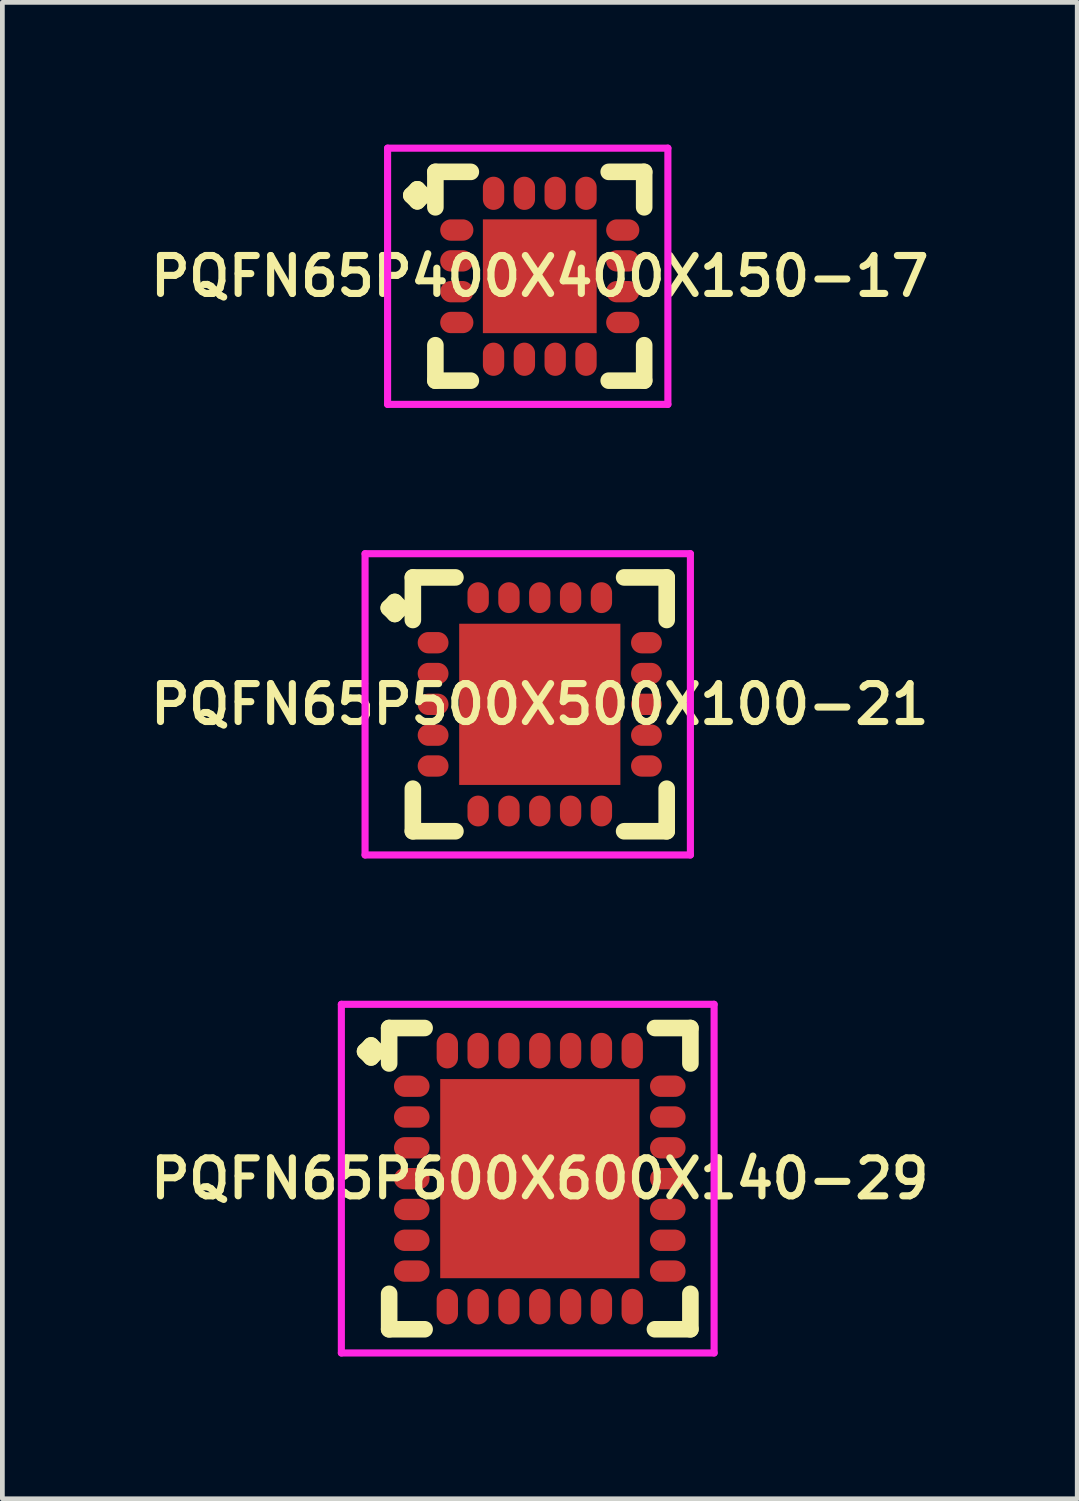
<source format=kicad_pcb>
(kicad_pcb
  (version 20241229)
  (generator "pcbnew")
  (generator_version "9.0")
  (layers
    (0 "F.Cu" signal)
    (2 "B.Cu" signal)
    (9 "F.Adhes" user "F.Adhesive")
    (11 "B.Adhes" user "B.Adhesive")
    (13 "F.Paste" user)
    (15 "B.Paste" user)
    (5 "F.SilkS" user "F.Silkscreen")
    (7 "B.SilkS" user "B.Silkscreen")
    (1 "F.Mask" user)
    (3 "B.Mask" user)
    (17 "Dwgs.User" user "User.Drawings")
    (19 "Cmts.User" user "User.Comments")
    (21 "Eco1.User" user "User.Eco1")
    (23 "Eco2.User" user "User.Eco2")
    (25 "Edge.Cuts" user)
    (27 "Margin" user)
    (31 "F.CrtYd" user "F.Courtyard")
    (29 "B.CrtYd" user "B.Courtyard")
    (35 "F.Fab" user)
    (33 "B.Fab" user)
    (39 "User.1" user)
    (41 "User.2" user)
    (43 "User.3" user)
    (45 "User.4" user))
  (footprint "PQFN65P600X600X140-29"
    (layer "F.Cu")
    (at 8.335 21.81)
    (property "Reference" "PQFN65P600X600X140-29" (at 0 0 0) (layer "F.SilkS") (effects (font (size 0.8 0.8) (thickness 0.15))))
    (attr smd)
    (fp_line (start -3.685 -2.683) (end -3.558 -2.81) (stroke (width 0.35) (type solid)) (layer "F.SilkS"))
    (fp_line (start -3.558 -2.81) (end -3.431 -2.683) (stroke (width 0.35) (type solid)) (layer "F.SilkS"))
    (fp_line (start -3.558 -2.556) (end -3.685 -2.683) (stroke (width 0.35) (type solid)) (layer "F.SilkS"))
    (fp_line (start -3.431 -2.683) (end -3.558 -2.556) (stroke (width 0.35) (type solid)) (layer "F.SilkS"))
    (fp_line (start -3.177 -3.177) (end -2.429 -3.177) (stroke (width 0.35) (type solid)) (layer "F.SilkS"))
    (fp_line (start -3.177 -2.429) (end -3.177 -3.177) (stroke (width 0.35) (type solid)) (layer "F.SilkS"))
    (fp_line (start -3.177 2.429) (end -3.177 3.177) (stroke (width 0.35) (type solid)) (layer "F.SilkS"))
    (fp_line (start -3.177 3.177) (end -2.429 3.177) (stroke (width 0.35) (type solid)) (layer "F.SilkS"))
    (fp_line (start 2.429 -3.177) (end 3.177 -3.177) (stroke (width 0.35) (type solid)) (layer "F.SilkS"))
    (fp_line (start 2.429 3.177) (end 3.177 3.177) (stroke (width 0.35) (type solid)) (layer "F.SilkS"))
    (fp_line (start 3.177 -3.177) (end 3.177 -2.429) (stroke (width 0.35) (type solid)) (layer "F.SilkS"))
    (fp_line (start 3.177 3.177) (end 3.177 2.429) (stroke (width 0.35) (type solid)) (layer "F.SilkS"))
    (fp_line (start -4.185 -3.677) (end 3.677 -3.677) (stroke (width 0.15) (type solid)) (layer "F.CrtYd"))
    (fp_line (start -4.185 3.677) (end -4.185 -3.677) (stroke (width 0.15) (type solid)) (layer "F.CrtYd"))
    (fp_line (start 3.677 -3.677) (end 3.677 3.677) (stroke (width 0.15) (type solid)) (layer "F.CrtYd"))
    (fp_line (start 3.677 3.677) (end -4.185 3.677) (stroke (width 0.15) (type solid)) (layer "F.CrtYd"))
    (pad "1" smd oval (at -2.7 -1.95) (size 0.75 0.45) (layers "F.Cu" "F.Mask" "F.Paste"))
    (pad "2" smd oval (at -2.7 -1.3) (size 0.75 0.45) (layers "F.Cu" "F.Mask" "F.Paste"))
    (pad "3" smd oval (at -2.7 -0.65) (size 0.75 0.45) (layers "F.Cu" "F.Mask" "F.Paste"))
    (pad "4" smd oval (at -2.7 0) (size 0.75 0.45) (layers "F.Cu" "F.Mask" "F.Paste"))
    (pad "5" smd oval (at -2.7 0.65) (size 0.75 0.45) (layers "F.Cu" "F.Mask" "F.Paste"))
    (pad "6" smd oval (at -2.7 1.3) (size 0.75 0.45) (layers "F.Cu" "F.Mask" "F.Paste"))
    (pad "7" smd oval (at -2.7 1.95) (size 0.75 0.45) (layers "F.Cu" "F.Mask" "F.Paste"))
    (pad "8" smd oval (at -1.95 2.7) (size 0.45 0.75) (layers "F.Cu" "F.Mask" "F.Paste"))
    (pad "9" smd oval (at -1.3 2.7) (size 0.45 0.75) (layers "F.Cu" "F.Mask" "F.Paste"))
    (pad "10" smd oval (at -0.65 2.7) (size 0.45 0.75) (layers "F.Cu" "F.Mask" "F.Paste"))
    (pad "11" smd oval (at 0 2.7) (size 0.45 0.75) (layers "F.Cu" "F.Mask" "F.Paste"))
    (pad "12" smd oval (at 0.65 2.7) (size 0.45 0.75) (layers "F.Cu" "F.Mask" "F.Paste"))
    (pad "13" smd oval (at 1.3 2.7) (size 0.45 0.75) (layers "F.Cu" "F.Mask" "F.Paste"))
    (pad "14" smd oval (at 1.95 2.7) (size 0.45 0.75) (layers "F.Cu" "F.Mask" "F.Paste"))
    (pad "15" smd oval (at 2.7 1.95) (size 0.75 0.45) (layers "F.Cu" "F.Mask" "F.Paste"))
    (pad "16" smd oval (at 2.7 1.3) (size 0.75 0.45) (layers "F.Cu" "F.Mask" "F.Paste"))
    (pad "17" smd oval (at 2.7 0.65) (size 0.75 0.45) (layers "F.Cu" "F.Mask" "F.Paste"))
    (pad "18" smd oval (at 2.7 0) (size 0.75 0.45) (layers "F.Cu" "F.Mask" "F.Paste"))
    (pad "19" smd oval (at 2.7 -0.65) (size 0.75 0.45) (layers "F.Cu" "F.Mask" "F.Paste"))
    (pad "20" smd oval (at 2.7 -1.3) (size 0.75 0.45) (layers "F.Cu" "F.Mask" "F.Paste"))
    (pad "21" smd oval (at 2.7 -1.95) (size 0.75 0.45) (layers "F.Cu" "F.Mask" "F.Paste"))
    (pad "22" smd oval (at 1.95 -2.7) (size 0.45 0.75) (layers "F.Cu" "F.Mask" "F.Paste"))
    (pad "23" smd oval (at 1.3 -2.7) (size 0.45 0.75) (layers "F.Cu" "F.Mask" "F.Paste"))
    (pad "24" smd oval (at 0.65 -2.7) (size 0.45 0.75) (layers "F.Cu" "F.Mask" "F.Paste"))
    (pad "25" smd oval (at 0 -2.7) (size 0.45 0.75) (layers "F.Cu" "F.Mask" "F.Paste"))
    (pad "26" smd oval (at -0.65 -2.7) (size 0.45 0.75) (layers "F.Cu" "F.Mask" "F.Paste"))
    (pad "27" smd oval (at -1.3 -2.7) (size 0.45 0.75) (layers "F.Cu" "F.Mask" "F.Paste"))
    (pad "28" smd oval (at -1.95 -2.7) (size 0.45 0.75) (layers "F.Cu" "F.Mask" "F.Paste"))
    (pad "29" smd rect (at 0 0) (size 4.2 4.2) (layers "F.Cu" "F.Mask" "F.Paste")))
  (footprint "PQFN65P500X500X100-21"
    (layer "F.Cu")
    (at 8.335 11.806)
    (property "Reference" "PQFN65P500X500X100-21" (at 0 0 0) (layer "F.SilkS") (effects (font (size 0.8 0.8) (thickness 0.15))))
    (attr through_hole)
    (fp_line (start -3.185 -2.033) (end -3.058 -2.16) (stroke (width 0.35) (type solid)) (layer "F.SilkS"))
    (fp_line (start -3.058 -2.16) (end -2.931 -2.033) (stroke (width 0.35) (type solid)) (layer "F.SilkS"))
    (fp_line (start -3.058 -1.906) (end -3.185 -2.033) (stroke (width 0.35) (type solid)) (layer "F.SilkS"))
    (fp_line (start -2.931 -2.033) (end -3.058 -1.906) (stroke (width 0.35) (type solid)) (layer "F.SilkS"))
    (fp_line (start -2.677 -2.677) (end -1.779 -2.677) (stroke (width 0.35) (type solid)) (layer "F.SilkS"))
    (fp_line (start -2.677 -1.779) (end -2.677 -2.677) (stroke (width 0.35) (type solid)) (layer "F.SilkS"))
    (fp_line (start -2.677 1.779) (end -2.677 2.677) (stroke (width 0.35) (type solid)) (layer "F.SilkS"))
    (fp_line (start -2.677 2.677) (end -1.779 2.677) (stroke (width 0.35) (type solid)) (layer "F.SilkS"))
    (fp_line (start 1.779 -2.677) (end 2.677 -2.677) (stroke (width 0.35) (type solid)) (layer "F.SilkS"))
    (fp_line (start 1.779 2.677) (end 2.677 2.677) (stroke (width 0.35) (type solid)) (layer "F.SilkS"))
    (fp_line (start 2.677 -2.677) (end 2.677 -1.779) (stroke (width 0.35) (type solid)) (layer "F.SilkS"))
    (fp_line (start 2.677 2.677) (end 2.677 1.779) (stroke (width 0.35) (type solid)) (layer "F.SilkS"))
    (fp_line (start -3.685 -3.177) (end 3.177 -3.177) (stroke (width 0.15) (type solid)) (layer "F.CrtYd"))
    (fp_line (start -3.685 3.177) (end -3.685 -3.177) (stroke (width 0.15) (type solid)) (layer "F.CrtYd"))
    (fp_line (start 3.177 -3.177) (end 3.177 3.177) (stroke (width 0.15) (type solid)) (layer "F.CrtYd"))
    (fp_line (start 3.177 3.177) (end -3.685 3.177) (stroke (width 0.15) (type solid)) (layer "F.CrtYd"))
    (pad "1" smd oval (at -2.25 -1.3) (size 0.65 0.45) (layers "F.Cu" "F.Mask" "F.Paste"))
    (pad "2" smd oval (at -2.25 -0.65) (size 0.65 0.45) (layers "F.Cu" "F.Mask" "F.Paste"))
    (pad "3" smd oval (at -2.25 0) (size 0.65 0.45) (layers "F.Cu" "F.Mask" "F.Paste"))
    (pad "4" smd oval (at -2.25 0.65) (size 0.65 0.45) (layers "F.Cu" "F.Mask" "F.Paste"))
    (pad "5" smd oval (at -2.25 1.3) (size 0.65 0.45) (layers "F.Cu" "F.Mask" "F.Paste"))
    (pad "6" smd oval (at -1.3 2.25) (size 0.45 0.65) (layers "F.Cu" "F.Mask" "F.Paste"))
    (pad "7" smd oval (at -0.65 2.25) (size 0.45 0.65) (layers "F.Cu" "F.Mask" "F.Paste"))
    (pad "8" smd oval (at 0 2.25) (size 0.45 0.65) (layers "F.Cu" "F.Mask" "F.Paste"))
    (pad "9" smd oval (at 0.65 2.25) (size 0.45 0.65) (layers "F.Cu" "F.Mask" "F.Paste"))
    (pad "10" smd oval (at 1.3 2.25) (size 0.45 0.65) (layers "F.Cu" "F.Mask" "F.Paste"))
    (pad "11" smd oval (at 2.25 1.3) (size 0.65 0.45) (layers "F.Cu" "F.Mask" "F.Paste"))
    (pad "12" smd oval (at 2.25 0.65) (size 0.65 0.45) (layers "F.Cu" "F.Mask" "F.Paste"))
    (pad "13" smd oval (at 2.25 0) (size 0.65 0.45) (layers "F.Cu" "F.Mask" "F.Paste"))
    (pad "14" smd oval (at 2.25 -0.65) (size 0.65 0.45) (layers "F.Cu" "F.Mask" "F.Paste"))
    (pad "15" smd oval (at 2.25 -1.3) (size 0.65 0.45) (layers "F.Cu" "F.Mask" "F.Paste"))
    (pad "16" smd oval (at 1.3 -2.25) (size 0.45 0.65) (layers "F.Cu" "F.Mask" "F.Paste"))
    (pad "17" smd oval (at 0.65 -2.25) (size 0.45 0.65) (layers "F.Cu" "F.Mask" "F.Paste"))
    (pad "18" smd oval (at 0 -2.25) (size 0.45 0.65) (layers "F.Cu" "F.Mask" "F.Paste"))
    (pad "19" smd oval (at -0.65 -2.25) (size 0.45 0.65) (layers "F.Cu" "F.Mask" "F.Paste"))
    (pad "20" smd oval (at -1.3 -2.25) (size 0.45 0.65) (layers "F.Cu" "F.Mask" "F.Paste"))
    (pad "21" smd rect (at 0 0) (size 3.4 3.4) (layers "F.Cu" "F.Mask" "F.Paste")))
  (footprint "PQFN65P400X400X150-17"
    (layer "F.Cu")
    (at 8.335 2.777)
    (property "Reference" "PQFN65P400X400X150-17" (at 0 0 0) (layer "F.SilkS") (effects (font (size 0.8 0.8) (thickness 0.15))))
    (attr smd)
    (fp_line (start -2.71 -1.708) (end -2.583 -1.835) (stroke (width 0.35) (type solid)) (layer "F.SilkS"))
    (fp_line (start -2.583 -1.835) (end -2.456 -1.708) (stroke (width 0.35) (type solid)) (layer "F.SilkS"))
    (fp_line (start -2.583 -1.581) (end -2.71 -1.708) (stroke (width 0.35) (type solid)) (layer "F.SilkS"))
    (fp_line (start -2.456 -1.708) (end -2.583 -1.581) (stroke (width 0.35) (type solid)) (layer "F.SilkS"))
    (fp_line (start -2.202 -2.202) (end -1.454 -2.202) (stroke (width 0.35) (type solid)) (layer "F.SilkS"))
    (fp_line (start -2.202 -1.454) (end -2.202 -2.202) (stroke (width 0.35) (type solid)) (layer "F.SilkS"))
    (fp_line (start -2.202 1.454) (end -2.202 2.202) (stroke (width 0.35) (type solid)) (layer "F.SilkS"))
    (fp_line (start -2.202 2.202) (end -1.454 2.202) (stroke (width 0.35) (type solid)) (layer "F.SilkS"))
    (fp_line (start 1.454 -2.202) (end 2.202 -2.202) (stroke (width 0.35) (type solid)) (layer "F.SilkS"))
    (fp_line (start 1.454 2.202) (end 2.202 2.202) (stroke (width 0.35) (type solid)) (layer "F.SilkS"))
    (fp_line (start 2.202 -2.202) (end 2.202 -1.454) (stroke (width 0.35) (type solid)) (layer "F.SilkS"))
    (fp_line (start 2.202 2.202) (end 2.202 1.454) (stroke (width 0.35) (type solid)) (layer "F.SilkS"))
    (fp_line (start -3.21 -2.702) (end 2.702 -2.702) (stroke (width 0.15) (type solid)) (layer "F.CrtYd"))
    (fp_line (start -3.21 2.702) (end -3.21 -2.702) (stroke (width 0.15) (type solid)) (layer "F.CrtYd"))
    (fp_line (start 2.702 -2.702) (end 2.702 2.702) (stroke (width 0.15) (type solid)) (layer "F.CrtYd"))
    (fp_line (start 2.702 2.702) (end -3.21 2.702) (stroke (width 0.15) (type solid)) (layer "F.CrtYd"))
    (pad "1" smd oval (at -1.75 -0.975) (size 0.7 0.45) (layers "F.Cu" "F.Mask" "F.Paste"))
    (pad "2" smd oval (at -1.75 -0.325) (size 0.7 0.45) (layers "F.Cu" "F.Mask" "F.Paste"))
    (pad "3" smd oval (at -1.75 0.325) (size 0.7 0.45) (layers "F.Cu" "F.Mask" "F.Paste"))
    (pad "4" smd oval (at -1.75 0.975) (size 0.7 0.45) (layers "F.Cu" "F.Mask" "F.Paste"))
    (pad "5" smd oval (at -0.975 1.75) (size 0.45 0.7) (layers "F.Cu" "F.Mask" "F.Paste"))
    (pad "6" smd oval (at -0.325 1.75) (size 0.45 0.7) (layers "F.Cu" "F.Mask" "F.Paste"))
    (pad "7" smd oval (at 0.325 1.75) (size 0.45 0.7) (layers "F.Cu" "F.Mask" "F.Paste"))
    (pad "8" smd oval (at 0.975 1.75) (size 0.45 0.7) (layers "F.Cu" "F.Mask" "F.Paste"))
    (pad "9" smd oval (at 1.75 0.975) (size 0.7 0.45) (layers "F.Cu" "F.Mask" "F.Paste"))
    (pad "10" smd oval (at 1.75 0.325) (size 0.7 0.45) (layers "F.Cu" "F.Mask" "F.Paste"))
    (pad "11" smd oval (at 1.75 -0.325) (size 0.7 0.45) (layers "F.Cu" "F.Mask" "F.Paste"))
    (pad "12" smd oval (at 1.75 -0.975) (size 0.7 0.45) (layers "F.Cu" "F.Mask" "F.Paste"))
    (pad "13" smd oval (at 0.975 -1.75) (size 0.45 0.7) (layers "F.Cu" "F.Mask" "F.Paste"))
    (pad "14" smd oval (at 0.325 -1.75) (size 0.45 0.7) (layers "F.Cu" "F.Mask" "F.Paste"))
    (pad "15" smd oval (at -0.325 -1.75) (size 0.45 0.7) (layers "F.Cu" "F.Mask" "F.Paste"))
    (pad "16" smd oval (at -0.975 -1.75) (size 0.45 0.7) (layers "F.Cu" "F.Mask" "F.Paste"))
    (pad "17" smd rect (at 0 0) (size 2.4 2.4) (layers "F.Cu" "F.Mask" "F.Paste")))
  (gr_rect
    (start -3 -3)
    (end 19.671 28.562)
    (stroke (width 0.1) (type default))
    (fill no)
    (layer "Edge.Cuts")))
</source>
